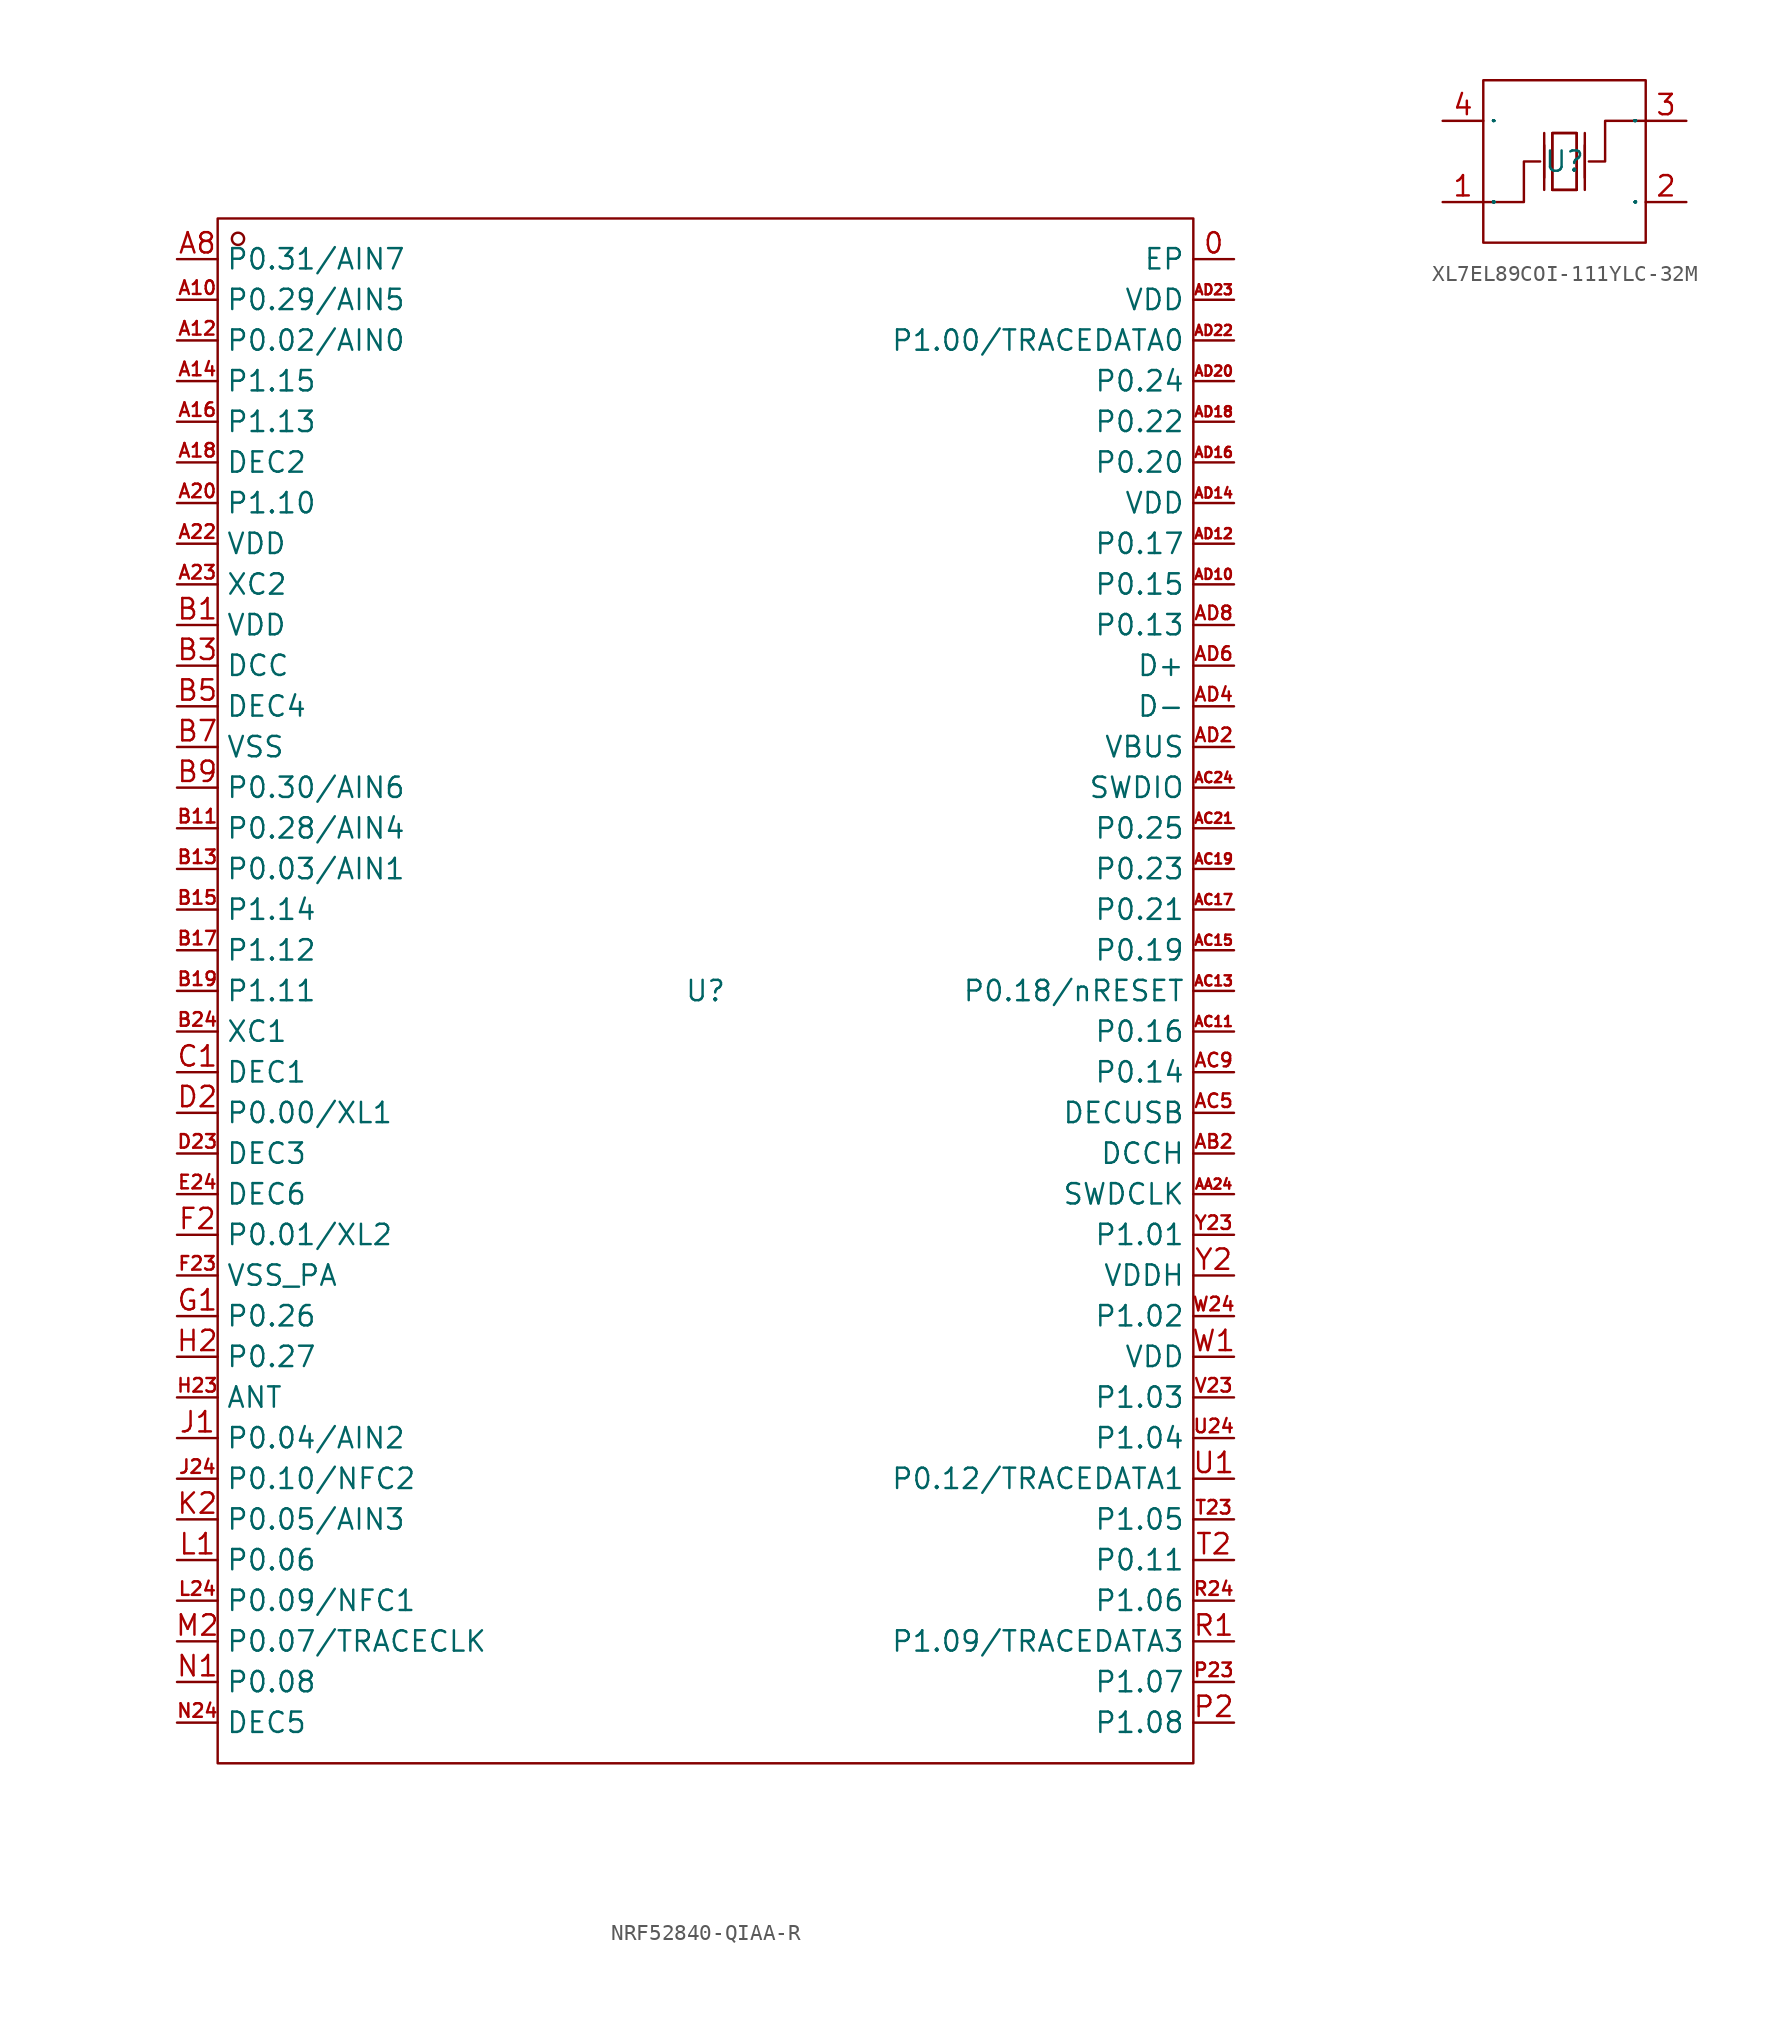
<source format=kicad_sym>
(kicad_symbol_lib
  (version 20241209)
  (generator "kicad_symbol_editor")
  (generator_version "9.0")
  (symbol "NRF52840-QIAA-R"
    (property "Reference" "U"
      (at 0 0 0)
      (effects (font (size 1.27 1.27))))
    (property "Value" ""
      (at 0 0 0)
      (effects (font (size 1.27 1.27))))
    (symbol "NRF52840-QIAA-R_1_0"
      (rectangle (start -30.48 -48.26) (end 30.48 48.26) (stroke (width 0) (type default)) (fill (type none)))
      (circle (center -29.21 46.99) (radius 0.381) (stroke (width 0) (type default)) (fill (type none)))
      (pin unspecified line (at -33.02 45.72 0) (length 2.54) (name "P0.31/AIN7" (effects (font (size 1.27 1.27)))) (number "A8" (effects (font (size 1.27 1.27)))))
      (pin unspecified line (at -33.02 43.18 0) (length 2.54) (name "P0.29/AIN5" (effects (font (size 1.27 1.27)))) (number "A10" (effects (font (size 0.847 0.847)))))
      (pin unspecified line (at -33.02 40.64 0) (length 2.54) (name "P0.02/AIN0" (effects (font (size 1.27 1.27)))) (number "A12" (effects (font (size 0.847 0.847)))))
      (pin unspecified line (at -33.02 38.1 0) (length 2.54) (name "P1.15" (effects (font (size 1.27 1.27)))) (number "A14" (effects (font (size 0.847 0.847)))))
      (pin unspecified line (at -33.02 35.56 0) (length 2.54) (name "P1.13" (effects (font (size 1.27 1.27)))) (number "A16" (effects (font (size 0.847 0.847)))))
      (pin unspecified line (at -33.02 33.02 0) (length 2.54) (name "DEC2" (effects (font (size 1.27 1.27)))) (number "A18" (effects (font (size 0.847 0.847)))))
      (pin unspecified line (at -33.02 30.48 0) (length 2.54) (name "P1.10" (effects (font (size 1.27 1.27)))) (number "A20" (effects (font (size 0.847 0.847)))))
      (pin unspecified line (at -33.02 27.94 0) (length 2.54) (name "VDD" (effects (font (size 1.27 1.27)))) (number "A22" (effects (font (size 0.847 0.847)))))
      (pin unspecified line (at -33.02 25.4 0) (length 2.54) (name "XC2" (effects (font (size 1.27 1.27)))) (number "A23" (effects (font (size 0.847 0.847)))))
      (pin unspecified line (at -33.02 22.86 0) (length 2.54) (name "VDD" (effects (font (size 1.27 1.27)))) (number "B1" (effects (font (size 1.27 1.27)))))
      (pin unspecified line (at -33.02 20.32 0) (length 2.54) (name "DCC" (effects (font (size 1.27 1.27)))) (number "B3" (effects (font (size 1.27 1.27)))))
      (pin unspecified line (at -33.02 17.78 0) (length 2.54) (name "DEC4" (effects (font (size 1.27 1.27)))) (number "B5" (effects (font (size 1.27 1.27)))))
      (pin unspecified line (at -33.02 15.24 0) (length 2.54) (name "VSS" (effects (font (size 1.27 1.27)))) (number "B7" (effects (font (size 1.27 1.27)))))
      (pin unspecified line (at -33.02 12.7 0) (length 2.54) (name "P0.30/AIN6" (effects (font (size 1.27 1.27)))) (number "B9" (effects (font (size 1.27 1.27)))))
      (pin unspecified line (at -33.02 10.16 0) (length 2.54) (name "P0.28/AIN4" (effects (font (size 1.27 1.27)))) (number "B11" (effects (font (size 0.847 0.847)))))
      (pin unspecified line (at -33.02 7.62 0) (length 2.54) (name "P0.03/AIN1" (effects (font (size 1.27 1.27)))) (number "B13" (effects (font (size 0.847 0.847)))))
      (pin unspecified line (at -33.02 5.08 0) (length 2.54) (name "P1.14" (effects (font (size 1.27 1.27)))) (number "B15" (effects (font (size 0.847 0.847)))))
      (pin unspecified line (at -33.02 2.54 0) (length 2.54) (name "P1.12" (effects (font (size 1.27 1.27)))) (number "B17" (effects (font (size 0.847 0.847)))))
      (pin unspecified line (at -33.02 0 0) (length 2.54) (name "P1.11" (effects (font (size 1.27 1.27)))) (number "B19" (effects (font (size 0.847 0.847)))))
      (pin unspecified line (at -33.02 -2.54 0) (length 2.54) (name "XC1" (effects (font (size 1.27 1.27)))) (number "B24" (effects (font (size 0.847 0.847)))))
      (pin unspecified line (at -33.02 -5.08 0) (length 2.54) (name "DEC1" (effects (font (size 1.27 1.27)))) (number "C1" (effects (font (size 1.27 1.27)))))
      (pin unspecified line (at -33.02 -7.62 0) (length 2.54) (name "P0.00/XL1" (effects (font (size 1.27 1.27)))) (number "D2" (effects (font (size 1.27 1.27)))))
      (pin unspecified line (at -33.02 -10.16 0) (length 2.54) (name "DEC3" (effects (font (size 1.27 1.27)))) (number "D23" (effects (font (size 0.847 0.847)))))
      (pin unspecified line (at -33.02 -12.7 0) (length 2.54) (name "DEC6" (effects (font (size 1.27 1.27)))) (number "E24" (effects (font (size 0.847 0.847)))))
      (pin unspecified line (at -33.02 -15.24 0) (length 2.54) (name "P0.01/XL2" (effects (font (size 1.27 1.27)))) (number "F2" (effects (font (size 1.27 1.27)))))
      (pin unspecified line (at -33.02 -17.78 0) (length 2.54) (name "VSS_PA" (effects (font (size 1.27 1.27)))) (number "F23" (effects (font (size 0.847 0.847)))))
      (pin unspecified line (at -33.02 -20.32 0) (length 2.54) (name "P0.26" (effects (font (size 1.27 1.27)))) (number "G1" (effects (font (size 1.27 1.27)))))
      (pin unspecified line (at -33.02 -22.86 0) (length 2.54) (name "P0.27" (effects (font (size 1.27 1.27)))) (number "H2" (effects (font (size 1.27 1.27)))))
      (pin unspecified line (at -33.02 -25.4 0) (length 2.54) (name "ANT" (effects (font (size 1.27 1.27)))) (number "H23" (effects (font (size 0.847 0.847)))))
      (pin unspecified line (at -33.02 -27.94 0) (length 2.54) (name "P0.04/AIN2" (effects (font (size 1.27 1.27)))) (number "J1" (effects (font (size 1.27 1.27)))))
      (pin unspecified line (at -33.02 -30.48 0) (length 2.54) (name "P0.10/NFC2" (effects (font (size 1.27 1.27)))) (number "J24" (effects (font (size 0.847 0.847)))))
      (pin unspecified line (at -33.02 -33.02 0) (length 2.54) (name "P0.05/AIN3" (effects (font (size 1.27 1.27)))) (number "K2" (effects (font (size 1.27 1.27)))))
      (pin unspecified line (at -33.02 -35.56 0) (length 2.54) (name "P0.06" (effects (font (size 1.27 1.27)))) (number "L1" (effects (font (size 1.27 1.27)))))
      (pin unspecified line (at -33.02 -38.1 0) (length 2.54) (name "P0.09/NFC1" (effects (font (size 1.27 1.27)))) (number "L24" (effects (font (size 0.847 0.847)))))
      (pin unspecified line (at -33.02 -40.64 0) (length 2.54) (name "P0.07/TRACECLK" (effects (font (size 1.27 1.27)))) (number "M2" (effects (font (size 1.27 1.27)))))
      (pin unspecified line (at -33.02 -43.18 0) (length 2.54) (name "P0.08" (effects (font (size 1.27 1.27)))) (number "N1" (effects (font (size 1.27 1.27)))))
      (pin unspecified line (at -33.02 -45.72 0) (length 2.54) (name "DEC5" (effects (font (size 1.27 1.27)))) (number "N24" (effects (font (size 0.847 0.847)))))
      (pin unspecified line (at 33.02 45.72 180) (length 2.54) (name "EP" (effects (font (size 1.27 1.27)))) (number "0" (effects (font (size 1.27 1.27)))))
      (pin unspecified line (at 33.02 43.18 180) (length 2.54) (name "VDD" (effects (font (size 1.27 1.27)))) (number "AD23" (effects (font (size 0.635 0.635)))))
      (pin unspecified line (at 33.02 40.64 180) (length 2.54) (name "P1.00/TRACEDATA0" (effects (font (size 1.27 1.27)))) (number "AD22" (effects (font (size 0.635 0.635)))))
      (pin unspecified line (at 33.02 38.1 180) (length 2.54) (name "P0.24" (effects (font (size 1.27 1.27)))) (number "AD20" (effects (font (size 0.635 0.635)))))
      (pin unspecified line (at 33.02 35.56 180) (length 2.54) (name "P0.22" (effects (font (size 1.27 1.27)))) (number "AD18" (effects (font (size 0.635 0.635)))))
      (pin unspecified line (at 33.02 33.02 180) (length 2.54) (name "P0.20" (effects (font (size 1.27 1.27)))) (number "AD16" (effects (font (size 0.635 0.635)))))
      (pin unspecified line (at 33.02 30.48 180) (length 2.54) (name "VDD" (effects (font (size 1.27 1.27)))) (number "AD14" (effects (font (size 0.635 0.635)))))
      (pin unspecified line (at 33.02 27.94 180) (length 2.54) (name "P0.17" (effects (font (size 1.27 1.27)))) (number "AD12" (effects (font (size 0.635 0.635)))))
      (pin unspecified line (at 33.02 25.4 180) (length 2.54) (name "P0.15" (effects (font (size 1.27 1.27)))) (number "AD10" (effects (font (size 0.635 0.635)))))
      (pin unspecified line (at 33.02 22.86 180) (length 2.54) (name "P0.13" (effects (font (size 1.27 1.27)))) (number "AD8" (effects (font (size 0.847 0.847)))))
      (pin unspecified line (at 33.02 20.32 180) (length 2.54) (name "D+" (effects (font (size 1.27 1.27)))) (number "AD6" (effects (font (size 0.847 0.847)))))
      (pin unspecified line (at 33.02 17.78 180) (length 2.54) (name "D-" (effects (font (size 1.27 1.27)))) (number "AD4" (effects (font (size 0.847 0.847)))))
      (pin unspecified line (at 33.02 15.24 180) (length 2.54) (name "VBUS" (effects (font (size 1.27 1.27)))) (number "AD2" (effects (font (size 0.847 0.847)))))
      (pin unspecified line (at 33.02 12.7 180) (length 2.54) (name "SWDIO" (effects (font (size 1.27 1.27)))) (number "AC24" (effects (font (size 0.635 0.635)))))
      (pin unspecified line (at 33.02 10.16 180) (length 2.54) (name "P0.25" (effects (font (size 1.27 1.27)))) (number "AC21" (effects (font (size 0.635 0.635)))))
      (pin unspecified line (at 33.02 7.62 180) (length 2.54) (name "P0.23" (effects (font (size 1.27 1.27)))) (number "AC19" (effects (font (size 0.635 0.635)))))
      (pin unspecified line (at 33.02 5.08 180) (length 2.54) (name "P0.21" (effects (font (size 1.27 1.27)))) (number "AC17" (effects (font (size 0.635 0.635)))))
      (pin unspecified line (at 33.02 2.54 180) (length 2.54) (name "P0.19" (effects (font (size 1.27 1.27)))) (number "AC15" (effects (font (size 0.635 0.635)))))
      (pin unspecified line (at 33.02 0 180) (length 2.54) (name "P0.18/nRESET" (effects (font (size 1.27 1.27)))) (number "AC13" (effects (font (size 0.635 0.635)))))
      (pin unspecified line (at 33.02 -2.54 180) (length 2.54) (name "P0.16" (effects (font (size 1.27 1.27)))) (number "AC11" (effects (font (size 0.635 0.635)))))
      (pin unspecified line (at 33.02 -5.08 180) (length 2.54) (name "P0.14" (effects (font (size 1.27 1.27)))) (number "AC9" (effects (font (size 0.847 0.847)))))
      (pin unspecified line (at 33.02 -7.62 180) (length 2.54) (name "DECUSB" (effects (font (size 1.27 1.27)))) (number "AC5" (effects (font (size 0.847 0.847)))))
      (pin unspecified line (at 33.02 -10.16 180) (length 2.54) (name "DCCH" (effects (font (size 1.27 1.27)))) (number "AB2" (effects (font (size 0.847 0.847)))))
      (pin unspecified line (at 33.02 -12.7 180) (length 2.54) (name "SWDCLK" (effects (font (size 1.27 1.27)))) (number "AA24" (effects (font (size 0.635 0.635)))))
      (pin unspecified line (at 33.02 -15.24 180) (length 2.54) (name "P1.01" (effects (font (size 1.27 1.27)))) (number "Y23" (effects (font (size 0.847 0.847)))))
      (pin unspecified line (at 33.02 -17.78 180) (length 2.54) (name "VDDH" (effects (font (size 1.27 1.27)))) (number "Y2" (effects (font (size 1.27 1.27)))))
      (pin unspecified line (at 33.02 -20.32 180) (length 2.54) (name "P1.02" (effects (font (size 1.27 1.27)))) (number "W24" (effects (font (size 0.847 0.847)))))
      (pin unspecified line (at 33.02 -22.86 180) (length 2.54) (name "VDD" (effects (font (size 1.27 1.27)))) (number "W1" (effects (font (size 1.27 1.27)))))
      (pin unspecified line (at 33.02 -25.4 180) (length 2.54) (name "P1.03" (effects (font (size 1.27 1.27)))) (number "V23" (effects (font (size 0.847 0.847)))))
      (pin unspecified line (at 33.02 -27.94 180) (length 2.54) (name "P1.04" (effects (font (size 1.27 1.27)))) (number "U24" (effects (font (size 0.847 0.847)))))
      (pin unspecified line (at 33.02 -30.48 180) (length 2.54) (name "P0.12/TRACEDATA1" (effects (font (size 1.27 1.27)))) (number "U1" (effects (font (size 1.27 1.27)))))
      (pin unspecified line (at 33.02 -33.02 180) (length 2.54) (name "P1.05" (effects (font (size 1.27 1.27)))) (number "T23" (effects (font (size 0.847 0.847)))))
      (pin unspecified line (at 33.02 -35.56 180) (length 2.54) (name "P0.11" (effects (font (size 1.27 1.27)))) (number "T2" (effects (font (size 1.27 1.27)))))
      (pin unspecified line (at 33.02 -38.1 180) (length 2.54) (name "P1.06" (effects (font (size 1.27 1.27)))) (number "R24" (effects (font (size 0.847 0.847)))))
      (pin unspecified line (at 33.02 -40.64 180) (length 2.54) (name "P1.09/TRACEDATA3" (effects (font (size 1.27 1.27)))) (number "R1" (effects (font (size 1.27 1.27)))))
      (pin unspecified line (at 33.02 -43.18 180) (length 2.54) (name "P1.07" (effects (font (size 1.27 1.27)))) (number "P23" (effects (font (size 0.847 0.847)))))
      (pin unspecified line (at 33.02 -45.72 180) (length 2.54) (name "P1.08" (effects (font (size 1.27 1.27)))) (number "P2" (effects (font (size 1.27 1.27)))))))
  (symbol "XL7EL89COI-111YLC-32M"
    (property "Reference" "U"
      (at 0 0 0)
      (effects (font (size 1.27 1.27))))
    (symbol "XL7EL89COI-111YLC-32M_1_0"
      (rectangle (start -5.08 5.08) (end 5.08 -5.08) (stroke (width 0) (type default)) (fill (type none)))
      (polyline (pts (xy -5.08 -2.54) (xy -2.54 -2.54) (xy -2.54 -2.54) (xy -2.54 0) (xy -2.54 0) (xy -1.524 0)) (stroke (width 0) (type default)) (fill (type none)))
      (polyline (pts (xy -1.27 -1.016) (xy -1.27 1.016)) (stroke (width 0) (type default)) (fill (type none)))
      (polyline (pts (xy -1.27 -1.778) (xy -1.27 1.778)) (stroke (width 0) (type default)) (fill (type none)))
      (polyline (pts (xy -0.762 -1.778) (xy -0.762 1.778) (xy -0.762 1.778) (xy 0.762 1.778) (xy 0.762 1.778) (xy 0.762 -1.778)) (stroke (width 0) (type default)) (fill (type none)))
      (polyline (pts (xy 0.762 1.778) (xy 0.762 -1.778) (xy 0.762 -1.778) (xy -0.762 -1.778) (xy -0.762 -1.778) (xy -0.762 1.778) (xy -0.762 1.778) (xy 0.762 1.778)) (stroke (width 0) (type default)) (fill (type none)))
      (polyline (pts (xy 0.762 -1.778) (xy -0.762 -1.778)) (stroke (width 0) (type default)) (fill (type none)))
      (polyline (pts (xy 1.27 -1.016) (xy 1.27 1.016)) (stroke (width 0) (type default)) (fill (type none)))
      (polyline (pts (xy 1.27 -1.778) (xy 1.27 1.778)) (stroke (width 0) (type default)) (fill (type none)))
      (polyline (pts (xy 5.08 2.54) (xy 2.54 2.54) (xy 2.54 2.54) (xy 2.54 0) (xy 2.54 0) (xy 1.524 0)) (stroke (width 0) (type default)) (fill (type none)))
      (pin unspecified line (at -7.62 2.54 0) (length 2.54) (name "GND" (effects (font (size 0.025 0.025)))) (number "4" (effects (font (size 1.27 1.27)))))
      (pin unspecified line (at -7.62 -2.54 0) (length 2.54) (name "OSC1" (effects (font (size 0.025 0.025)))) (number "1" (effects (font (size 1.27 1.27)))))
      (pin unspecified line (at 7.62 2.54 180) (length 2.54) (name "OSC2" (effects (font (size 0.025 0.025)))) (number "3" (effects (font (size 1.27 1.27)))))
      (pin unspecified line (at 7.62 -2.54 180) (length 2.54) (name "GND" (effects (font (size 0.025 0.025)))) (number "2" (effects (font (size 1.27 1.27))))))))
</source>
